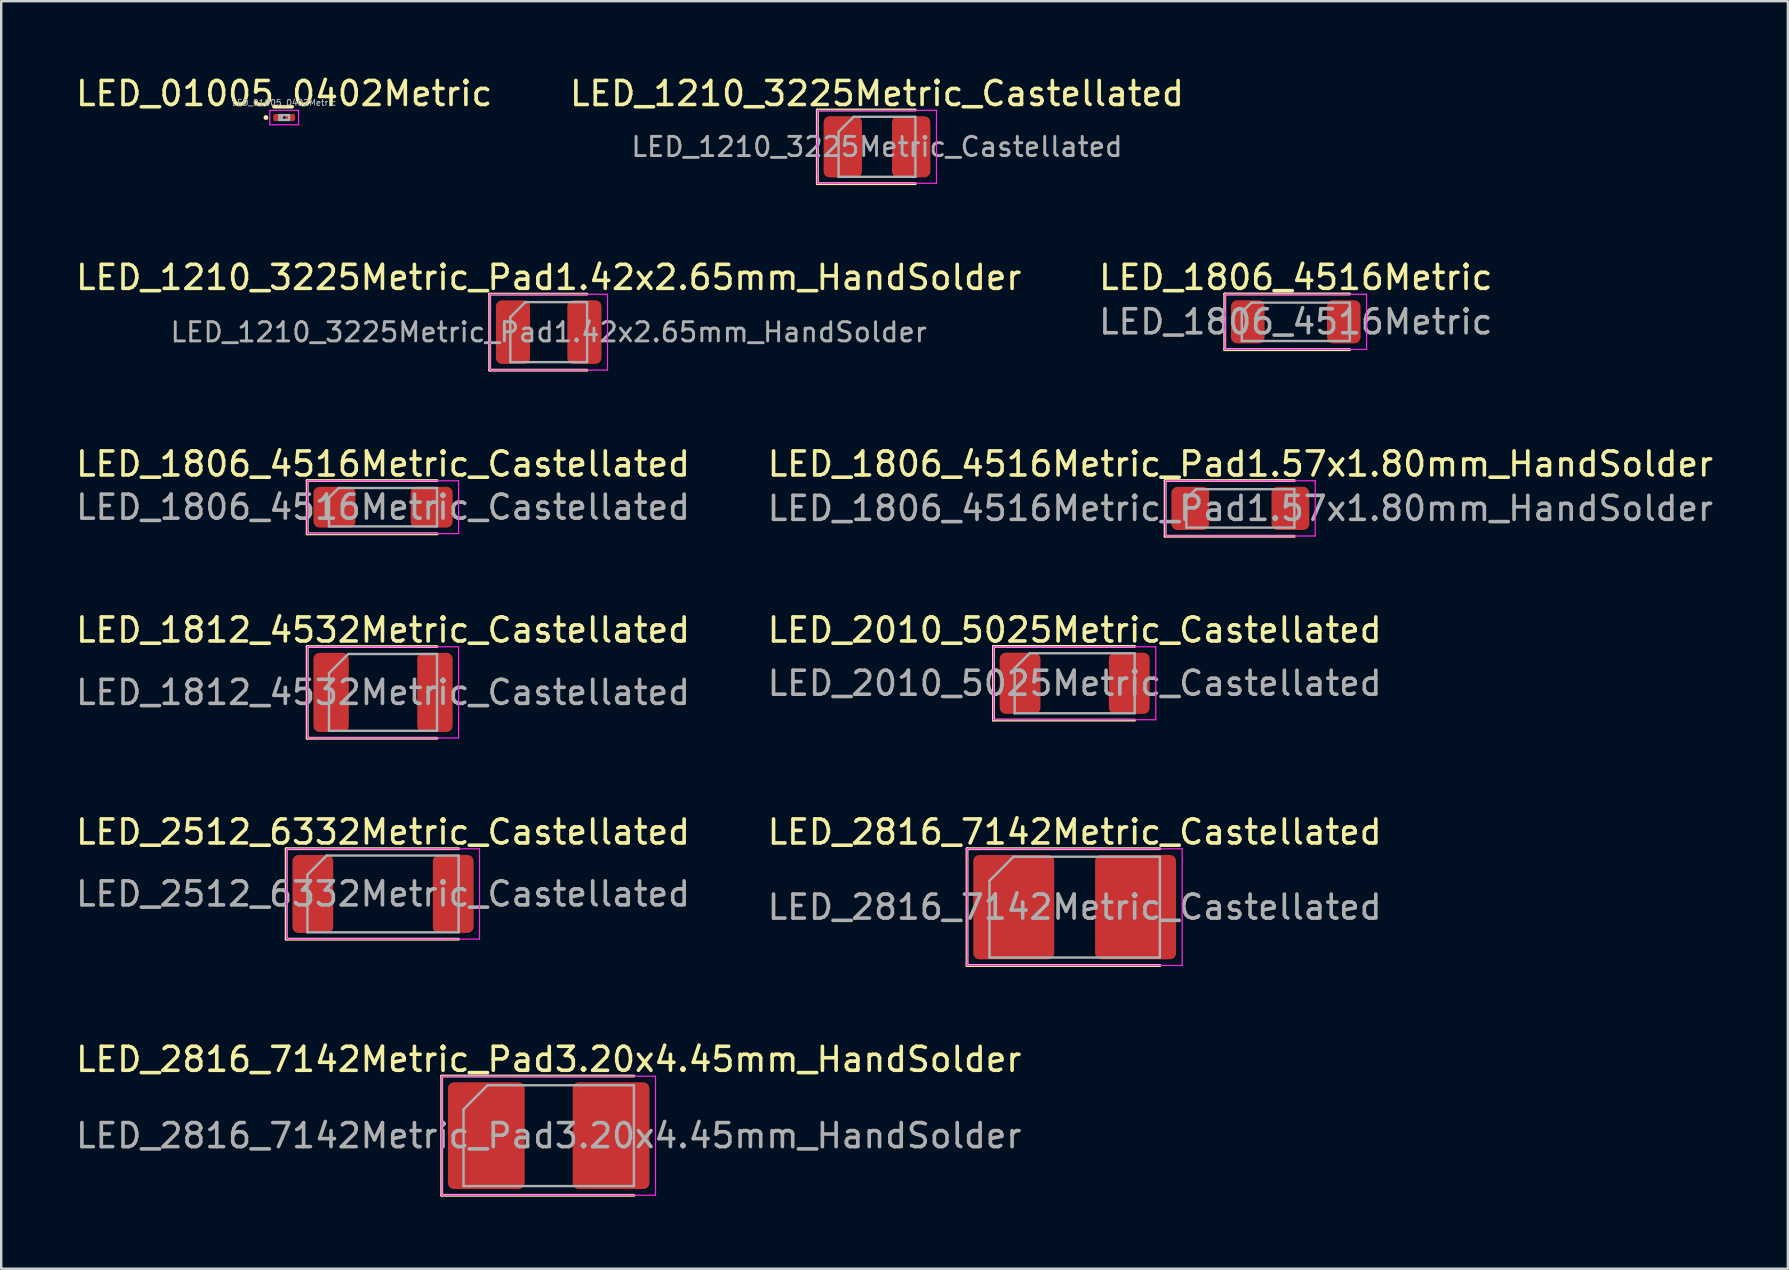
<source format=kicad_pcb>
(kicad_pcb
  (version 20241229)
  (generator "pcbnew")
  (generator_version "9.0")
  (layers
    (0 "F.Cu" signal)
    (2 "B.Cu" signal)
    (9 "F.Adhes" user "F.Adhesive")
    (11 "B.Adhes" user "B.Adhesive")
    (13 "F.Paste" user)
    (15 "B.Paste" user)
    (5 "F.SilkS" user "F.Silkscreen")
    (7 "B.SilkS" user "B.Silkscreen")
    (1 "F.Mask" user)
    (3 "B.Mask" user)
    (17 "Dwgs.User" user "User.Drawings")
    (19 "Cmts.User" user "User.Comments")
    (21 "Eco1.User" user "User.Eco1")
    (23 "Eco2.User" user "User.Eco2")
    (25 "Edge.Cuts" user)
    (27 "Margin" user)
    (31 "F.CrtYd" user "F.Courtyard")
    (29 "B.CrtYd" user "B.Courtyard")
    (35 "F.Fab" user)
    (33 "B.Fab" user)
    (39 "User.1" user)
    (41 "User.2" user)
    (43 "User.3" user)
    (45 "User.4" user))
  (footprint "LED_1806_4516Metric_Castellated"
    (layer "F.Cu")
    (at 12.911 18.085)
    (property "Reference" "LED_1806_4516Metric_Castellated" (at 0 -1.8 0) (layer "F.SilkS") (effects (font (size 1 1) (thickness 0.15))))
    (attr smd)
    (fp_line (start -3.16 -1.11) (end -3.16 1.11) (stroke (width 0.12) (type solid)) (layer "F.SilkS"))
    (fp_line (start -3.16 1.11) (end 2.25 1.11) (stroke (width 0.12) (type solid)) (layer "F.SilkS"))
    (fp_line (start 2.25 -1.11) (end -3.16 -1.11) (stroke (width 0.12) (type solid)) (layer "F.SilkS"))
    (fp_line (start -3.15 -1.1) (end 3.15 -1.1) (stroke (width 0.05) (type solid)) (layer "F.CrtYd"))
    (fp_line (start -3.15 1.1) (end -3.15 -1.1) (stroke (width 0.05) (type solid)) (layer "F.CrtYd"))
    (fp_line (start 3.15 -1.1) (end 3.15 1.1) (stroke (width 0.05) (type solid)) (layer "F.CrtYd"))
    (fp_line (start 3.15 1.1) (end -3.15 1.1) (stroke (width 0.05) (type solid)) (layer "F.CrtYd"))
    (fp_line (start -2.25 -0.4) (end -2.25 0.8) (stroke (width 0.1) (type solid)) (layer "F.Fab"))
    (fp_line (start -2.25 0.8) (end 2.25 0.8) (stroke (width 0.1) (type solid)) (layer "F.Fab"))
    (fp_line (start -1.85 -0.8) (end -2.25 -0.4) (stroke (width 0.1) (type solid)) (layer "F.Fab"))
    (fp_line (start 2.25 -0.8) (end -1.85 -0.8) (stroke (width 0.1) (type solid)) (layer "F.Fab"))
    (fp_line (start 2.25 0.8) (end 2.25 -0.8) (stroke (width 0.1) (type solid)) (layer "F.Fab"))
    (fp_text user "${REFERENCE}" (at 0 0 0) (layer "F.Fab") (effects (font (size 1 1) (thickness 0.15))))
    (pad "1" smd roundrect (at -2.025 0) (size 1.75 1.7) (layers "F.Cu" "F.Mask" "F.Paste") (roundrect_rratio 0.147))
    (pad "2" smd roundrect (at 2.025 0) (size 1.75 1.7) (layers "F.Cu" "F.Mask" "F.Paste") (roundrect_rratio 0.147)))
  (footprint "LED_2010_5025Metric_Castellated"
    (layer "F.Cu")
    (at 41.732 25.423)
    (property "Reference" "LED_2010_5025Metric_Castellated" (at 0 -2.22 0) (layer "F.SilkS") (effects (font (size 1 1) (thickness 0.15))))
    (attr smd)
    (fp_line (start -3.385 -1.535) (end -3.385 1.535) (stroke (width 0.12) (type solid)) (layer "F.SilkS"))
    (fp_line (start -3.385 1.535) (end 2.5 1.535) (stroke (width 0.12) (type solid)) (layer "F.SilkS"))
    (fp_line (start 2.5 -1.535) (end -3.385 -1.535) (stroke (width 0.12) (type solid)) (layer "F.SilkS"))
    (fp_line (start -3.38 -1.52) (end 3.38 -1.52) (stroke (width 0.05) (type solid)) (layer "F.CrtYd"))
    (fp_line (start -3.38 1.52) (end -3.38 -1.52) (stroke (width 0.05) (type solid)) (layer "F.CrtYd"))
    (fp_line (start 3.38 -1.52) (end 3.38 1.52) (stroke (width 0.05) (type solid)) (layer "F.CrtYd"))
    (fp_line (start 3.38 1.52) (end -3.38 1.52) (stroke (width 0.05) (type solid)) (layer "F.CrtYd"))
    (fp_line (start -2.5 -0.625) (end -2.5 1.25) (stroke (width 0.1) (type solid)) (layer "F.Fab"))
    (fp_line (start -2.5 1.25) (end 2.5 1.25) (stroke (width 0.1) (type solid)) (layer "F.Fab"))
    (fp_line (start -1.875 -1.25) (end -2.5 -0.625) (stroke (width 0.1) (type solid)) (layer "F.Fab"))
    (fp_line (start 2.5 -1.25) (end -1.875 -1.25) (stroke (width 0.1) (type solid)) (layer "F.Fab"))
    (fp_line (start 2.5 1.25) (end 2.5 -1.25) (stroke (width 0.1) (type solid)) (layer "F.Fab"))
    (fp_text user "${REFERENCE}" (at 0 0 0) (layer "F.Fab") (effects (font (size 1 1) (thickness 0.15))))
    (pad "1" smd roundrect (at -2.275 0) (size 1.7 2.55) (layers "F.Cu" "F.Mask" "F.Paste") (roundrect_rratio 0.147))
    (pad "2" smd roundrect (at 2.275 0) (size 1.7 2.55) (layers "F.Cu" "F.Mask" "F.Paste") (roundrect_rratio 0.147)))
  (footprint "LED_01005_0402Metric"
    (layer "F.Cu")
    (at 8.792 1.848)
    (property "Reference" "LED_01005_0402Metric" (at 0 -1 0) (layer "F.SilkS") (effects (font (size 1 1) (thickness 0.15))))
    (attr smd)
    (fp_circle (center -0.76 0) (end -0.71 0) (stroke (width 0.1) (type solid)) (fill no) (layer "F.SilkS"))
    (fp_line (start -0.6 -0.3) (end 0.6 -0.3) (stroke (width 0.05) (type solid)) (layer "F.CrtYd"))
    (fp_line (start -0.6 0.3) (end -0.6 -0.3) (stroke (width 0.05) (type solid)) (layer "F.CrtYd"))
    (fp_line (start 0.6 -0.3) (end 0.6 0.3) (stroke (width 0.05) (type solid)) (layer "F.CrtYd"))
    (fp_line (start 0.6 0.3) (end -0.6 0.3) (stroke (width 0.05) (type solid)) (layer "F.CrtYd"))
    (fp_line (start -0.2 -0.1) (end 0.2 -0.1) (stroke (width 0.1) (type solid)) (layer "F.Fab"))
    (fp_line (start -0.2 0.1) (end -0.2 -0.1) (stroke (width 0.1) (type solid)) (layer "F.Fab"))
    (fp_line (start -0.1 0.1) (end -0.1 -0.1) (stroke (width 0.1) (type solid)) (layer "F.Fab"))
    (fp_line (start 0.2 -0.1) (end 0.2 0.1) (stroke (width 0.1) (type solid)) (layer "F.Fab"))
    (fp_line (start 0.2 0.1) (end -0.2 0.1) (stroke (width 0.1) (type solid)) (layer "F.Fab"))
    (fp_text user "${REFERENCE}" (at 0 -0.62 0) (layer "F.Fab") (effects (font (size 0.25 0.25) (thickness 0.04))))
    (pad "" smd roundrect (at -0.275 0) (size 0.27 0.27) (layers "F.Paste") (roundrect_rratio 0.25))
    (pad "" smd roundrect (at 0.275 0) (size 0.27 0.27) (layers "F.Paste") (roundrect_rratio 0.25))
    (pad "1" smd roundrect (at -0.25 0) (size 0.4 0.3) (layers "F.Cu" "F.Mask") (roundrect_rratio 0.25))
    (pad "2" smd roundrect (at 0.25 0) (size 0.4 0.3) (layers "F.Cu" "F.Mask") (roundrect_rratio 0.25)))
  (footprint "LED_1210_3225Metric_Pad1.42x2.65mm_HandSolder"
    (layer "F.Cu")
    (at 19.815 10.791)
    (property "Reference" "LED_1210_3225Metric_Pad1.42x2.65mm_HandSolder" (at 0 -2.28 0) (layer "F.SilkS") (effects (font (size 1 1) (thickness 0.15))))
    (attr smd)
    (fp_line (start -2.46 -1.585) (end -2.46 1.585) (stroke (width 0.12) (type solid)) (layer "F.SilkS"))
    (fp_line (start -2.46 1.585) (end 1.6 1.585) (stroke (width 0.12) (type solid)) (layer "F.SilkS"))
    (fp_line (start 1.6 -1.585) (end -2.46 -1.585) (stroke (width 0.12) (type solid)) (layer "F.SilkS"))
    (fp_line (start -2.45 -1.58) (end 2.45 -1.58) (stroke (width 0.05) (type solid)) (layer "F.CrtYd"))
    (fp_line (start -2.45 1.58) (end -2.45 -1.58) (stroke (width 0.05) (type solid)) (layer "F.CrtYd"))
    (fp_line (start 2.45 -1.58) (end 2.45 1.58) (stroke (width 0.05) (type solid)) (layer "F.CrtYd"))
    (fp_line (start 2.45 1.58) (end -2.45 1.58) (stroke (width 0.05) (type solid)) (layer "F.CrtYd"))
    (fp_line (start -1.6 -0.625) (end -1.6 1.25) (stroke (width 0.1) (type solid)) (layer "F.Fab"))
    (fp_line (start -1.6 1.25) (end 1.6 1.25) (stroke (width 0.1) (type solid)) (layer "F.Fab"))
    (fp_line (start -0.975 -1.25) (end -1.6 -0.625) (stroke (width 0.1) (type solid)) (layer "F.Fab"))
    (fp_line (start 1.6 -1.25) (end -0.975 -1.25) (stroke (width 0.1) (type solid)) (layer "F.Fab"))
    (fp_line (start 1.6 1.25) (end 1.6 -1.25) (stroke (width 0.1) (type solid)) (layer "F.Fab"))
    (fp_text user "${REFERENCE}" (at 0 0 0) (layer "F.Fab") (effects (font (size 0.8 0.8) (thickness 0.12))))
    (pad "1" smd roundrect (at -1.488 0) (size 1.425 2.65) (layers "F.Cu" "F.Mask" "F.Paste") (roundrect_rratio 0.175))
    (pad "2" smd roundrect (at 1.488 0) (size 1.425 2.65) (layers "F.Cu" "F.Mask" "F.Paste") (roundrect_rratio 0.175)))
  (footprint "LED_1210_3225Metric_Castellated"
    (layer "F.Cu")
    (at 33.494 3.068)
    (property "Reference" "LED_1210_3225Metric_Castellated" (at 0 -2.22 0) (layer "F.SilkS") (effects (font (size 1 1) (thickness 0.15))))
    (attr smd)
    (fp_line (start -2.485 -1.535) (end -2.485 1.535) (stroke (width 0.12) (type solid)) (layer "F.SilkS"))
    (fp_line (start -2.485 1.535) (end 1.6 1.535) (stroke (width 0.12) (type solid)) (layer "F.SilkS"))
    (fp_line (start 1.6 -1.535) (end -2.485 -1.535) (stroke (width 0.12) (type solid)) (layer "F.SilkS"))
    (fp_line (start -2.48 -1.52) (end 2.48 -1.52) (stroke (width 0.05) (type solid)) (layer "F.CrtYd"))
    (fp_line (start -2.48 1.52) (end -2.48 -1.52) (stroke (width 0.05) (type solid)) (layer "F.CrtYd"))
    (fp_line (start 2.48 -1.52) (end 2.48 1.52) (stroke (width 0.05) (type solid)) (layer "F.CrtYd"))
    (fp_line (start 2.48 1.52) (end -2.48 1.52) (stroke (width 0.05) (type solid)) (layer "F.CrtYd"))
    (fp_line (start -1.6 -0.625) (end -1.6 1.25) (stroke (width 0.1) (type solid)) (layer "F.Fab"))
    (fp_line (start -1.6 1.25) (end 1.6 1.25) (stroke (width 0.1) (type solid)) (layer "F.Fab"))
    (fp_line (start -0.975 -1.25) (end -1.6 -0.625) (stroke (width 0.1) (type solid)) (layer "F.Fab"))
    (fp_line (start 1.6 -1.25) (end -0.975 -1.25) (stroke (width 0.1) (type solid)) (layer "F.Fab"))
    (fp_line (start 1.6 1.25) (end 1.6 -1.25) (stroke (width 0.1) (type solid)) (layer "F.Fab"))
    (fp_text user "${REFERENCE}" (at 0 0 0) (layer "F.Fab") (effects (font (size 0.8 0.8) (thickness 0.12))))
    (pad "1" smd roundrect (at -1.425 0) (size 1.6 2.55) (layers "F.Cu" "F.Mask" "F.Paste") (roundrect_rratio 0.156))
    (pad "2" smd roundrect (at 1.425 0) (size 1.6 2.55) (layers "F.Cu" "F.Mask" "F.Paste") (roundrect_rratio 0.156)))
  (footprint "LED_1806_4516Metric_Pad1.57x1.80mm_HandSolder"
    (layer "F.Cu")
    (at 48.637 18.135)
    (property "Reference" "LED_1806_4516Metric_Pad1.57x1.80mm_HandSolder" (at 0 -1.85 0) (layer "F.SilkS") (effects (font (size 1 1) (thickness 0.15))))
    (attr smd)
    (fp_line (start -3.135 -1.16) (end -3.135 1.16) (stroke (width 0.12) (type solid)) (layer "F.SilkS"))
    (fp_line (start -3.135 1.16) (end 2.25 1.16) (stroke (width 0.12) (type solid)) (layer "F.SilkS"))
    (fp_line (start 2.25 -1.16) (end -3.135 -1.16) (stroke (width 0.12) (type solid)) (layer "F.SilkS"))
    (fp_line (start -3.12 -1.15) (end 3.12 -1.15) (stroke (width 0.05) (type solid)) (layer "F.CrtYd"))
    (fp_line (start -3.12 1.15) (end -3.12 -1.15) (stroke (width 0.05) (type solid)) (layer "F.CrtYd"))
    (fp_line (start 3.12 -1.15) (end 3.12 1.15) (stroke (width 0.05) (type solid)) (layer "F.CrtYd"))
    (fp_line (start 3.12 1.15) (end -3.12 1.15) (stroke (width 0.05) (type solid)) (layer "F.CrtYd"))
    (fp_line (start -2.25 -0.4) (end -2.25 0.8) (stroke (width 0.1) (type solid)) (layer "F.Fab"))
    (fp_line (start -2.25 0.8) (end 2.25 0.8) (stroke (width 0.1) (type solid)) (layer "F.Fab"))
    (fp_line (start -1.85 -0.8) (end -2.25 -0.4) (stroke (width 0.1) (type solid)) (layer "F.Fab"))
    (fp_line (start 2.25 -0.8) (end -1.85 -0.8) (stroke (width 0.1) (type solid)) (layer "F.Fab"))
    (fp_line (start 2.25 0.8) (end 2.25 -0.8) (stroke (width 0.1) (type solid)) (layer "F.Fab"))
    (fp_text user "${REFERENCE}" (at 0 0 0) (layer "F.Fab") (effects (font (size 1 1) (thickness 0.15))))
    (pad "1" smd roundrect (at -2.087 0) (size 1.575 1.8) (layers "F.Cu" "F.Mask" "F.Paste") (roundrect_rratio 0.159))
    (pad "2" smd roundrect (at 2.087 0) (size 1.575 1.8) (layers "F.Cu" "F.Mask" "F.Paste") (roundrect_rratio 0.159)))
  (footprint "LED_2512_6332Metric_Castellated"
    (layer "F.Cu")
    (at 12.911 34.201)
    (property "Reference" "LED_2512_6332Metric_Castellated" (at 0 -2.58 0) (layer "F.SilkS") (effects (font (size 1 1) (thickness 0.15))))
    (attr smd)
    (fp_line (start -4.035 -1.885) (end -4.035 1.885) (stroke (width 0.12) (type solid)) (layer "F.SilkS"))
    (fp_line (start -4.035 1.885) (end 3.15 1.885) (stroke (width 0.12) (type solid)) (layer "F.SilkS"))
    (fp_line (start 3.15 -1.885) (end -4.035 -1.885) (stroke (width 0.12) (type solid)) (layer "F.SilkS"))
    (fp_line (start -4.02 -1.88) (end 4.02 -1.88) (stroke (width 0.05) (type solid)) (layer "F.CrtYd"))
    (fp_line (start -4.02 1.88) (end -4.02 -1.88) (stroke (width 0.05) (type solid)) (layer "F.CrtYd"))
    (fp_line (start 4.02 -1.88) (end 4.02 1.88) (stroke (width 0.05) (type solid)) (layer "F.CrtYd"))
    (fp_line (start 4.02 1.88) (end -4.02 1.88) (stroke (width 0.05) (type solid)) (layer "F.CrtYd"))
    (fp_line (start -3.15 -0.8) (end -3.15 1.6) (stroke (width 0.1) (type solid)) (layer "F.Fab"))
    (fp_line (start -3.15 1.6) (end 3.15 1.6) (stroke (width 0.1) (type solid)) (layer "F.Fab"))
    (fp_line (start -2.35 -1.6) (end -3.15 -0.8) (stroke (width 0.1) (type solid)) (layer "F.Fab"))
    (fp_line (start 3.15 -1.6) (end -2.35 -1.6) (stroke (width 0.1) (type solid)) (layer "F.Fab"))
    (fp_line (start 3.15 1.6) (end 3.15 -1.6) (stroke (width 0.1) (type solid)) (layer "F.Fab"))
    (fp_text user "${REFERENCE}" (at 0 0 0) (layer "F.Fab") (effects (font (size 1 1) (thickness 0.15))))
    (pad "1" smd roundrect (at -2.925 0) (size 1.7 3.25) (layers "F.Cu" "F.Mask" "F.Paste") (roundrect_rratio 0.147))
    (pad "2" smd roundrect (at 2.925 0) (size 1.7 3.25) (layers "F.Cu" "F.Mask" "F.Paste") (roundrect_rratio 0.147)))
  (footprint "LED_1812_4532Metric_Castellated"
    (layer "F.Cu")
    (at 12.911 25.803)
    (property "Reference" "LED_1812_4532Metric_Castellated" (at 0 -2.6 0) (layer "F.SilkS") (effects (font (size 1 1) (thickness 0.15))))
    (attr smd)
    (fp_line (start -3.16 -1.91) (end -3.16 1.91) (stroke (width 0.12) (type solid)) (layer "F.SilkS"))
    (fp_line (start -3.16 1.91) (end 2.25 1.91) (stroke (width 0.12) (type solid)) (layer "F.SilkS"))
    (fp_line (start 2.25 -1.91) (end -3.16 -1.91) (stroke (width 0.12) (type solid)) (layer "F.SilkS"))
    (fp_line (start -3.15 -1.9) (end 3.15 -1.9) (stroke (width 0.05) (type solid)) (layer "F.CrtYd"))
    (fp_line (start -3.15 1.9) (end -3.15 -1.9) (stroke (width 0.05) (type solid)) (layer "F.CrtYd"))
    (fp_line (start 3.15 -1.9) (end 3.15 1.9) (stroke (width 0.05) (type solid)) (layer "F.CrtYd"))
    (fp_line (start 3.15 1.9) (end -3.15 1.9) (stroke (width 0.05) (type solid)) (layer "F.CrtYd"))
    (fp_line (start -2.25 -0.8) (end -2.25 1.6) (stroke (width 0.1) (type solid)) (layer "F.Fab"))
    (fp_line (start -2.25 1.6) (end 2.25 1.6) (stroke (width 0.1) (type solid)) (layer "F.Fab"))
    (fp_line (start -1.45 -1.6) (end -2.25 -0.8) (stroke (width 0.1) (type solid)) (layer "F.Fab"))
    (fp_line (start 2.25 -1.6) (end -1.45 -1.6) (stroke (width 0.1) (type solid)) (layer "F.Fab"))
    (fp_line (start 2.25 1.6) (end 2.25 -1.6) (stroke (width 0.1) (type solid)) (layer "F.Fab"))
    (fp_text user "${REFERENCE}" (at 0 0 0) (layer "F.Fab") (effects (font (size 1 1) (thickness 0.15))))
    (pad "1" smd roundrect (at -2.163 0) (size 1.475 3.3) (layers "F.Cu" "F.Mask" "F.Paste") (roundrect_rratio 0.169))
    (pad "2" smd roundrect (at 2.163 0) (size 1.475 3.3) (layers "F.Cu" "F.Mask" "F.Paste") (roundrect_rratio 0.169)))
  (footprint "LED_1806_4516Metric"
    (layer "F.Cu")
    (at 50.946 10.361)
    (property "Reference" "LED_1806_4516Metric" (at 0 -1.85 0) (layer "F.SilkS") (effects (font (size 1 1) (thickness 0.15))))
    (attr smd)
    (fp_line (start -2.96 -1.16) (end -2.96 1.16) (stroke (width 0.12) (type solid)) (layer "F.SilkS"))
    (fp_line (start -2.96 1.16) (end 2.25 1.16) (stroke (width 0.12) (type solid)) (layer "F.SilkS"))
    (fp_line (start 2.25 -1.16) (end -2.96 -1.16) (stroke (width 0.12) (type solid)) (layer "F.SilkS"))
    (fp_line (start -2.95 -1.15) (end 2.95 -1.15) (stroke (width 0.05) (type solid)) (layer "F.CrtYd"))
    (fp_line (start -2.95 1.15) (end -2.95 -1.15) (stroke (width 0.05) (type solid)) (layer "F.CrtYd"))
    (fp_line (start 2.95 -1.15) (end 2.95 1.15) (stroke (width 0.05) (type solid)) (layer "F.CrtYd"))
    (fp_line (start 2.95 1.15) (end -2.95 1.15) (stroke (width 0.05) (type solid)) (layer "F.CrtYd"))
    (fp_line (start -2.25 -0.4) (end -2.25 0.8) (stroke (width 0.1) (type solid)) (layer "F.Fab"))
    (fp_line (start -2.25 0.8) (end 2.25 0.8) (stroke (width 0.1) (type solid)) (layer "F.Fab"))
    (fp_line (start -1.85 -0.8) (end -2.25 -0.4) (stroke (width 0.1) (type solid)) (layer "F.Fab"))
    (fp_line (start 2.25 -0.8) (end -1.85 -0.8) (stroke (width 0.1) (type solid)) (layer "F.Fab"))
    (fp_line (start 2.25 0.8) (end 2.25 -0.8) (stroke (width 0.1) (type solid)) (layer "F.Fab"))
    (fp_text user "${REFERENCE}" (at 0 0 0) (layer "F.Fab") (effects (font (size 1 1) (thickness 0.15))))
    (pad "1" smd roundrect (at -2 0) (size 1.4 1.8) (layers "F.Cu" "F.Mask" "F.Paste") (roundrect_rratio 0.179))
    (pad "2" smd roundrect (at 2 0) (size 1.4 1.8) (layers "F.Cu" "F.Mask" "F.Paste") (roundrect_rratio 0.179)))
  (footprint "LED_2816_7142Metric_Castellated"
    (layer "F.Cu")
    (at 41.732 34.751)
    (property "Reference" "LED_2816_7142Metric_Castellated" (at 0 -3.13 0) (layer "F.SilkS") (effects (font (size 1 1) (thickness 0.15))))
    (attr smd)
    (fp_line (start -4.485 -2.435) (end -4.485 2.435) (stroke (width 0.12) (type solid)) (layer "F.SilkS"))
    (fp_line (start -4.485 2.435) (end 3.55 2.435) (stroke (width 0.12) (type solid)) (layer "F.SilkS"))
    (fp_line (start 3.55 -2.435) (end -4.485 -2.435) (stroke (width 0.12) (type solid)) (layer "F.SilkS"))
    (fp_line (start -4.48 -2.43) (end 4.48 -2.43) (stroke (width 0.05) (type solid)) (layer "F.CrtYd"))
    (fp_line (start -4.48 2.43) (end -4.48 -2.43) (stroke (width 0.05) (type solid)) (layer "F.CrtYd"))
    (fp_line (start 4.48 -2.43) (end 4.48 2.43) (stroke (width 0.05) (type solid)) (layer "F.CrtYd"))
    (fp_line (start 4.48 2.43) (end -4.48 2.43) (stroke (width 0.05) (type solid)) (layer "F.CrtYd"))
    (fp_line (start -3.55 -1.1) (end -3.55 2.1) (stroke (width 0.1) (type solid)) (layer "F.Fab"))
    (fp_line (start -3.55 2.1) (end 3.55 2.1) (stroke (width 0.1) (type solid)) (layer "F.Fab"))
    (fp_line (start -2.55 -2.1) (end -3.55 -1.1) (stroke (width 0.1) (type solid)) (layer "F.Fab"))
    (fp_line (start 3.55 -2.1) (end -2.55 -2.1) (stroke (width 0.1) (type solid)) (layer "F.Fab"))
    (fp_line (start 3.55 2.1) (end 3.55 -2.1) (stroke (width 0.1) (type solid)) (layer "F.Fab"))
    (fp_text user "${REFERENCE}" (at 0 0 0) (layer "F.Fab") (effects (font (size 1 1) (thickness 0.15))))
    (pad "1" smd roundrect (at -2.538 0) (size 3.375 4.35) (layers "F.Cu" "F.Mask" "F.Paste") (roundrect_rratio 0.074))
    (pad "2" smd roundrect (at 2.538 0) (size 3.375 4.35) (layers "F.Cu" "F.Mask" "F.Paste") (roundrect_rratio 0.074)))
  (footprint "LED_2816_7142Metric_Pad3.20x4.45mm_HandSolder"
    (layer "F.Cu")
    (at 19.815 44.275)
    (property "Reference" "LED_2816_7142Metric_Pad3.20x4.45mm_HandSolder" (at 0 -3.18 0) (layer "F.SilkS") (effects (font (size 1 1) (thickness 0.15))))
    (attr smd)
    (fp_line (start -4.46 -2.485) (end -4.46 2.485) (stroke (width 0.12) (type solid)) (layer "F.SilkS"))
    (fp_line (start -4.46 2.485) (end 3.55 2.485) (stroke (width 0.12) (type solid)) (layer "F.SilkS"))
    (fp_line (start 3.55 -2.485) (end -4.46 -2.485) (stroke (width 0.12) (type solid)) (layer "F.SilkS"))
    (fp_line (start -4.45 -2.48) (end 4.45 -2.48) (stroke (width 0.05) (type solid)) (layer "F.CrtYd"))
    (fp_line (start -4.45 2.48) (end -4.45 -2.48) (stroke (width 0.05) (type solid)) (layer "F.CrtYd"))
    (fp_line (start 4.45 -2.48) (end 4.45 2.48) (stroke (width 0.05) (type solid)) (layer "F.CrtYd"))
    (fp_line (start 4.45 2.48) (end -4.45 2.48) (stroke (width 0.05) (type solid)) (layer "F.CrtYd"))
    (fp_line (start -3.55 -1.1) (end -3.55 2.1) (stroke (width 0.1) (type solid)) (layer "F.Fab"))
    (fp_line (start -3.55 2.1) (end 3.55 2.1) (stroke (width 0.1) (type solid)) (layer "F.Fab"))
    (fp_line (start -2.55 -2.1) (end -3.55 -1.1) (stroke (width 0.1) (type solid)) (layer "F.Fab"))
    (fp_line (start 3.55 -2.1) (end -2.55 -2.1) (stroke (width 0.1) (type solid)) (layer "F.Fab"))
    (fp_line (start 3.55 2.1) (end 3.55 -2.1) (stroke (width 0.1) (type solid)) (layer "F.Fab"))
    (fp_text user "${REFERENCE}" (at 0 0 0) (layer "F.Fab") (effects (font (size 1 1) (thickness 0.15))))
    (pad "1" smd roundrect (at -2.6 0) (size 3.2 4.45) (layers "F.Cu" "F.Mask" "F.Paste") (roundrect_rratio 0.078))
    (pad "2" smd roundrect (at 2.6 0) (size 3.2 4.45) (layers "F.Cu" "F.Mask" "F.Paste") (roundrect_rratio 0.078)))
  (gr_rect
    (start -3 -3)
    (end 71.452 49.819)
    (stroke (width 0.1) (type default))
    (fill no)
    (layer "Edge.Cuts")))
</source>
